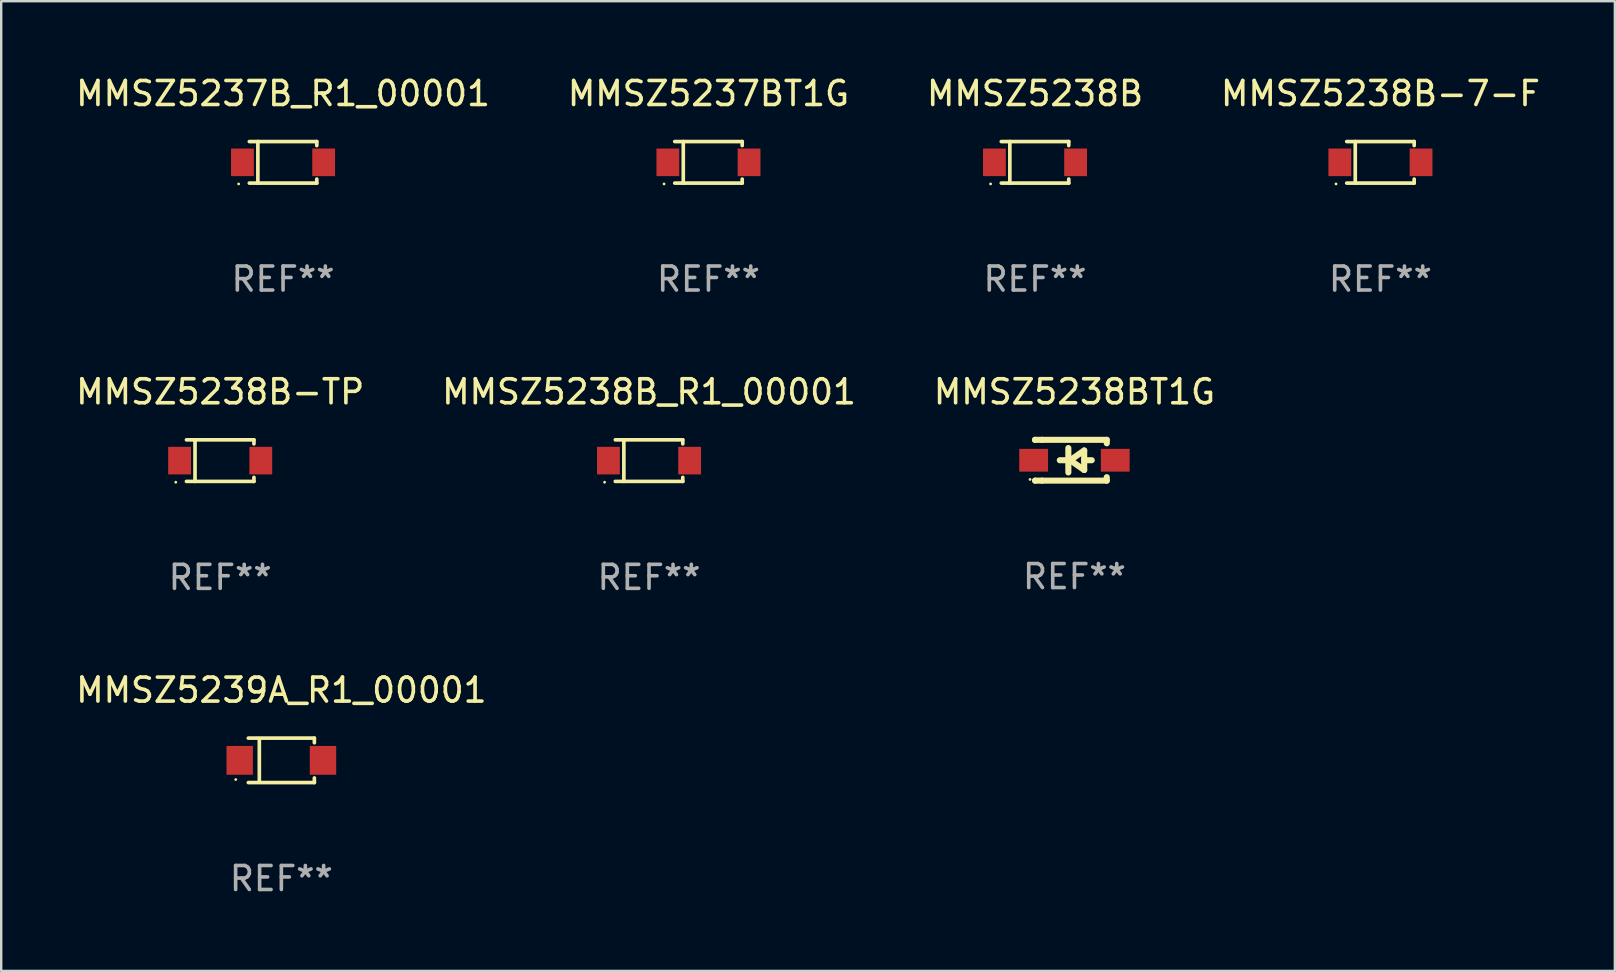
<source format=kicad_pcb>
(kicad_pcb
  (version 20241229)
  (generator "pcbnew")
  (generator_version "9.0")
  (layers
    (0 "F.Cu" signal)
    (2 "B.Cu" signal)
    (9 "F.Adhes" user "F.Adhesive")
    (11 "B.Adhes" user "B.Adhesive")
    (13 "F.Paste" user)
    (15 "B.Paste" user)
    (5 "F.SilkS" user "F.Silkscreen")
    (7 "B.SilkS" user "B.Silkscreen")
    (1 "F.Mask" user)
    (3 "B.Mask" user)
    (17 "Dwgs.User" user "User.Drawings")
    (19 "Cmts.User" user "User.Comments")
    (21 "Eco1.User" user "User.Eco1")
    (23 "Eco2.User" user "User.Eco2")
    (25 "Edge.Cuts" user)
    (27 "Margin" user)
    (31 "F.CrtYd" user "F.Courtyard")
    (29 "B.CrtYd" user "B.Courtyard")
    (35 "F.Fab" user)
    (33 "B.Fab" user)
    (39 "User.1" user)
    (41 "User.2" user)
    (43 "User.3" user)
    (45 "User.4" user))
  (footprint "MMSZ5238B-7-F"
    (layer "F.Cu")
    (at 54.47 3.714)
    (property "Reference" "MMSZ5238B-7-F" (at 0 -2.866 0) (layer "F.SilkS") (effects (font (size 1 1) (thickness 0.15))))
    (attr through_hole)
    (fp_line (start -1.406 -0.866) (end 1.406 -0.866) (stroke (width 0.152) (type solid)) (layer "F.SilkS"))
    (fp_line (start -1.406 0.866) (end 1.406 0.866) (stroke (width 0.152) (type solid)) (layer "F.SilkS"))
    (fp_line (start -1.049 -0.866) (end -1.049 0.866) (stroke (width 0.152) (type solid)) (layer "F.SilkS"))
    (fp_line (start 1.406 -0.866) (end 1.406 -0.698) (stroke (width 0.152) (type solid)) (layer "F.SilkS"))
    (fp_line (start 1.406 0.866) (end 1.406 0.698) (stroke (width 0.152) (type solid)) (layer "F.SilkS"))
    (fp_circle (center -1.851 0.9) (end -1.821 0.9) (stroke (width 0.06) (type solid)) (fill no) (layer "F.SilkS"))
    (fp_text user "REF**" (at 0 4.866 0) (layer "F.Fab") (effects (font (size 1 1) (thickness 0.15))))
    (pad "1" smd rect (at -1.692 0) (size 0.95 1.15) (layers "F.Cu" "F.Mask" "F.Paste"))
    (pad "2" smd rect (at 1.692 0) (size 0.95 1.15) (layers "F.Cu" "F.Mask" "F.Paste")))
  (footprint "MMSZ5239A_R1_00001"
    (layer "F.Cu")
    (at 8.673 28.632)
    (property "Reference" "MMSZ5239A_R1_00001" (at 0 -2.926 0) (layer "F.SilkS") (effects (font (size 1 1) (thickness 0.15))))
    (attr through_hole)
    (fp_line (start -1.376 -0.926) (end 1.376 -0.926) (stroke (width 0.152) (type solid)) (layer "F.SilkS"))
    (fp_line (start -1.376 0.926) (end 1.376 0.926) (stroke (width 0.152) (type solid)) (layer "F.SilkS"))
    (fp_line (start -0.917 -0.876) (end -0.917 0.876) (stroke (width 0.152) (type solid)) (layer "F.SilkS"))
    (fp_line (start 1.376 -0.926) (end 1.376 -0.733) (stroke (width 0.152) (type solid)) (layer "F.SilkS"))
    (fp_line (start 1.376 0.926) (end 1.376 0.733) (stroke (width 0.152) (type solid)) (layer "F.SilkS"))
    (fp_circle (center -1.9 0.8) (end -1.87 0.8) (stroke (width 0.06) (type solid)) (fill no) (layer "F.SilkS"))
    (fp_text user "REF**" (at 0 4.926 0) (layer "F.Fab") (effects (font (size 1 1) (thickness 0.15))))
    (pad "1" smd rect (at -1.735 -0.000025) (size 1.1 1.2) (layers "F.Cu" "F.Mask" "F.Paste"))
    (pad "2" smd rect (at 1.735 -0.000025) (size 1.1 1.2) (layers "F.Cu" "F.Mask" "F.Paste")))
  (footprint "MMSZ5238BT1G"
    (layer "F.Cu")
    (at 41.72 16.127)
    (property "Reference" "MMSZ5238BT1G" (at 0 -2.85 0) (layer "F.SilkS") (effects (font (size 1 1) (thickness 0.15))))
    (attr through_hole)
    (fp_line (start -1.643 -0.85) (end -1.644 -0.849) (stroke (width 0.254) (type solid)) (layer "F.SilkS"))
    (fp_line (start -1.638 0.85) (end -1.639 0.849) (stroke (width 0.254) (type solid)) (layer "F.SilkS"))
    (fp_line (start -1.346 -0.85) (end -1.643 -0.85) (stroke (width 0.254) (type solid)) (layer "F.SilkS"))
    (fp_line (start -1.346 -0.85) (end 1.346 -0.85) (stroke (width 0.254) (type solid)) (layer "F.SilkS"))
    (fp_line (start -1.346 0.85) (end -1.638 0.85) (stroke (width 0.254) (type solid)) (layer "F.SilkS"))
    (fp_line (start -0.28 0) (end -0.61 0) (stroke (width 0.254) (type solid)) (layer "F.SilkS"))
    (fp_line (start -0.254 -0.508) (end -0.254 0.508) (stroke (width 0.254) (type solid)) (layer "F.SilkS"))
    (fp_line (start -0.178 0) (end 0.406 -0.406) (stroke (width 0.254) (type solid)) (layer "F.SilkS"))
    (fp_line (start 0.406 -0.406) (end 0.406 0.406) (stroke (width 0.254) (type solid)) (layer "F.SilkS"))
    (fp_line (start 0.406 -0.000254) (end 0.72 -0.000254) (stroke (width 0.254) (type solid)) (layer "F.SilkS"))
    (fp_line (start 0.406 0.406) (end -0.178 0) (stroke (width 0.254) (type solid)) (layer "F.SilkS"))
    (fp_line (start 1.346 -0.85) (end 1.346 -0.706) (stroke (width 0.254) (type solid)) (layer "F.SilkS"))
    (fp_line (start 1.346 0.706) (end 1.346 0.85) (stroke (width 0.254) (type solid)) (layer "F.SilkS"))
    (fp_line (start 1.346 0.85) (end -1.346 0.85) (stroke (width 0.254) (type solid)) (layer "F.SilkS"))
    (fp_circle (center -1.85 0.8) (end -1.82 0.8) (stroke (width 0.06) (type solid)) (fill no) (layer "F.SilkS"))
    (fp_text user "REF**" (at 0 4.85 0) (layer "F.Fab") (effects (font (size 1 1) (thickness 0.15))))
    (pad "1" smd rect (at -1.7 0) (size 1.2 0.95) (layers "F.Cu" "F.Mask" "F.Paste"))
    (pad "2" smd rect (at 1.7 0) (size 1.2 0.95) (layers "F.Cu" "F.Mask" "F.Paste")))
  (footprint "MMSZ5238B-TP"
    (layer "F.Cu")
    (at 6.125 16.143)
    (property "Reference" "MMSZ5238B-TP" (at 0 -2.866 0) (layer "F.SilkS") (effects (font (size 1 1) (thickness 0.15))))
    (attr through_hole)
    (fp_line (start -1.406 -0.866) (end 1.406 -0.866) (stroke (width 0.152) (type solid)) (layer "F.SilkS"))
    (fp_line (start -1.406 0.866) (end 1.406 0.866) (stroke (width 0.152) (type solid)) (layer "F.SilkS"))
    (fp_line (start -1.049 -0.866) (end -1.049 0.866) (stroke (width 0.152) (type solid)) (layer "F.SilkS"))
    (fp_line (start 1.406 -0.866) (end 1.406 -0.698) (stroke (width 0.152) (type solid)) (layer "F.SilkS"))
    (fp_line (start 1.406 0.866) (end 1.406 0.698) (stroke (width 0.152) (type solid)) (layer "F.SilkS"))
    (fp_circle (center -1.851 0.9) (end -1.821 0.9) (stroke (width 0.06) (type solid)) (fill no) (layer "F.SilkS"))
    (fp_text user "REF**" (at 0 4.866 0) (layer "F.Fab") (effects (font (size 1 1) (thickness 0.15))))
    (pad "1" smd rect (at -1.692 0) (size 0.95 1.15) (layers "F.Cu" "F.Mask" "F.Paste"))
    (pad "2" smd rect (at 1.692 0) (size 0.95 1.15) (layers "F.Cu" "F.Mask" "F.Paste")))
  (footprint "MMSZ5238B"
    (layer "F.Cu")
    (at 40.077 3.714)
    (property "Reference" "MMSZ5238B" (at 0 -2.866 0) (layer "F.SilkS") (effects (font (size 1 1) (thickness 0.15))))
    (attr through_hole)
    (fp_line (start -1.406 -0.866) (end 1.406 -0.866) (stroke (width 0.152) (type solid)) (layer "F.SilkS"))
    (fp_line (start -1.406 0.866) (end 1.406 0.866) (stroke (width 0.152) (type solid)) (layer "F.SilkS"))
    (fp_line (start -1.049 -0.866) (end -1.049 0.866) (stroke (width 0.152) (type solid)) (layer "F.SilkS"))
    (fp_line (start 1.406 -0.866) (end 1.406 -0.698) (stroke (width 0.152) (type solid)) (layer "F.SilkS"))
    (fp_line (start 1.406 0.866) (end 1.406 0.698) (stroke (width 0.152) (type solid)) (layer "F.SilkS"))
    (fp_circle (center -1.851 0.9) (end -1.821 0.9) (stroke (width 0.06) (type solid)) (fill no) (layer "F.SilkS"))
    (fp_text user "REF**" (at 0 4.866 0) (layer "F.Fab") (effects (font (size 1 1) (thickness 0.15))))
    (pad "1" smd rect (at -1.692 0) (size 0.95 1.15) (layers "F.Cu" "F.Mask" "F.Paste"))
    (pad "2" smd rect (at 1.692 0) (size 0.95 1.15) (layers "F.Cu" "F.Mask" "F.Paste")))
  (footprint "MMSZ5238B_R1_00001"
    (layer "F.Cu")
    (at 23.994 16.143)
    (property "Reference" "MMSZ5238B_R1_00001" (at 0 -2.866 0) (layer "F.SilkS") (effects (font (size 1 1) (thickness 0.15))))
    (attr through_hole)
    (fp_line (start -1.406 -0.866) (end 1.406 -0.866) (stroke (width 0.152) (type solid)) (layer "F.SilkS"))
    (fp_line (start -1.406 0.866) (end 1.406 0.866) (stroke (width 0.152) (type solid)) (layer "F.SilkS"))
    (fp_line (start -1.049 -0.866) (end -1.049 0.866) (stroke (width 0.152) (type solid)) (layer "F.SilkS"))
    (fp_line (start 1.406 -0.866) (end 1.406 -0.698) (stroke (width 0.152) (type solid)) (layer "F.SilkS"))
    (fp_line (start 1.406 0.866) (end 1.406 0.698) (stroke (width 0.152) (type solid)) (layer "F.SilkS"))
    (fp_circle (center -1.851 0.9) (end -1.821 0.9) (stroke (width 0.06) (type solid)) (fill no) (layer "F.SilkS"))
    (fp_text user "REF**" (at 0 4.866 0) (layer "F.Fab") (effects (font (size 1 1) (thickness 0.15))))
    (pad "1" smd rect (at -1.692 0) (size 0.95 1.15) (layers "F.Cu" "F.Mask" "F.Paste"))
    (pad "2" smd rect (at 1.692 0) (size 0.95 1.15) (layers "F.Cu" "F.Mask" "F.Paste")))
  (footprint "MMSZ5237BT1G"
    (layer "F.Cu")
    (at 26.47 3.714)
    (property "Reference" "MMSZ5237BT1G" (at 0 -2.866 0) (layer "F.SilkS") (effects (font (size 1 1) (thickness 0.15))))
    (attr through_hole)
    (fp_line (start -1.406 -0.866) (end 1.406 -0.866) (stroke (width 0.152) (type solid)) (layer "F.SilkS"))
    (fp_line (start -1.406 0.866) (end 1.406 0.866) (stroke (width 0.152) (type solid)) (layer "F.SilkS"))
    (fp_line (start -1.049 -0.866) (end -1.049 0.866) (stroke (width 0.152) (type solid)) (layer "F.SilkS"))
    (fp_line (start 1.406 -0.866) (end 1.406 -0.698) (stroke (width 0.152) (type solid)) (layer "F.SilkS"))
    (fp_line (start 1.406 0.866) (end 1.406 0.698) (stroke (width 0.152) (type solid)) (layer "F.SilkS"))
    (fp_circle (center -1.851 0.9) (end -1.821 0.9) (stroke (width 0.06) (type solid)) (fill no) (layer "F.SilkS"))
    (fp_text user "REF**" (at 0 4.866 0) (layer "F.Fab") (effects (font (size 1 1) (thickness 0.15))))
    (pad "1" smd rect (at -1.692 0) (size 0.95 1.15) (layers "F.Cu" "F.Mask" "F.Paste"))
    (pad "2" smd rect (at 1.692 0) (size 0.95 1.15) (layers "F.Cu" "F.Mask" "F.Paste")))
  (footprint "MMSZ5237B_R1_00001"
    (layer "F.Cu")
    (at 8.744 3.714)
    (property "Reference" "MMSZ5237B_R1_00001" (at 0 -2.866 0) (layer "F.SilkS") (effects (font (size 1 1) (thickness 0.15))))
    (attr through_hole)
    (fp_line (start -1.406 -0.866) (end 1.406 -0.866) (stroke (width 0.152) (type solid)) (layer "F.SilkS"))
    (fp_line (start -1.406 0.866) (end 1.406 0.866) (stroke (width 0.152) (type solid)) (layer "F.SilkS"))
    (fp_line (start -1.049 -0.866) (end -1.049 0.866) (stroke (width 0.152) (type solid)) (layer "F.SilkS"))
    (fp_line (start 1.406 -0.866) (end 1.406 -0.698) (stroke (width 0.152) (type solid)) (layer "F.SilkS"))
    (fp_line (start 1.406 0.866) (end 1.406 0.698) (stroke (width 0.152) (type solid)) (layer "F.SilkS"))
    (fp_circle (center -1.851 0.9) (end -1.821 0.9) (stroke (width 0.06) (type solid)) (fill no) (layer "F.SilkS"))
    (fp_text user "REF**" (at 0 4.866 0) (layer "F.Fab") (effects (font (size 1 1) (thickness 0.15))))
    (pad "1" smd rect (at -1.692 0) (size 0.95 1.15) (layers "F.Cu" "F.Mask" "F.Paste"))
    (pad "2" smd rect (at 1.692 0) (size 0.95 1.15) (layers "F.Cu" "F.Mask" "F.Paste")))
  (gr_rect
    (start -3 -3)
    (end 64.238 37.407)
    (stroke (width 0.1) (type default))
    (fill no)
    (layer "Edge.Cuts")))
</source>
